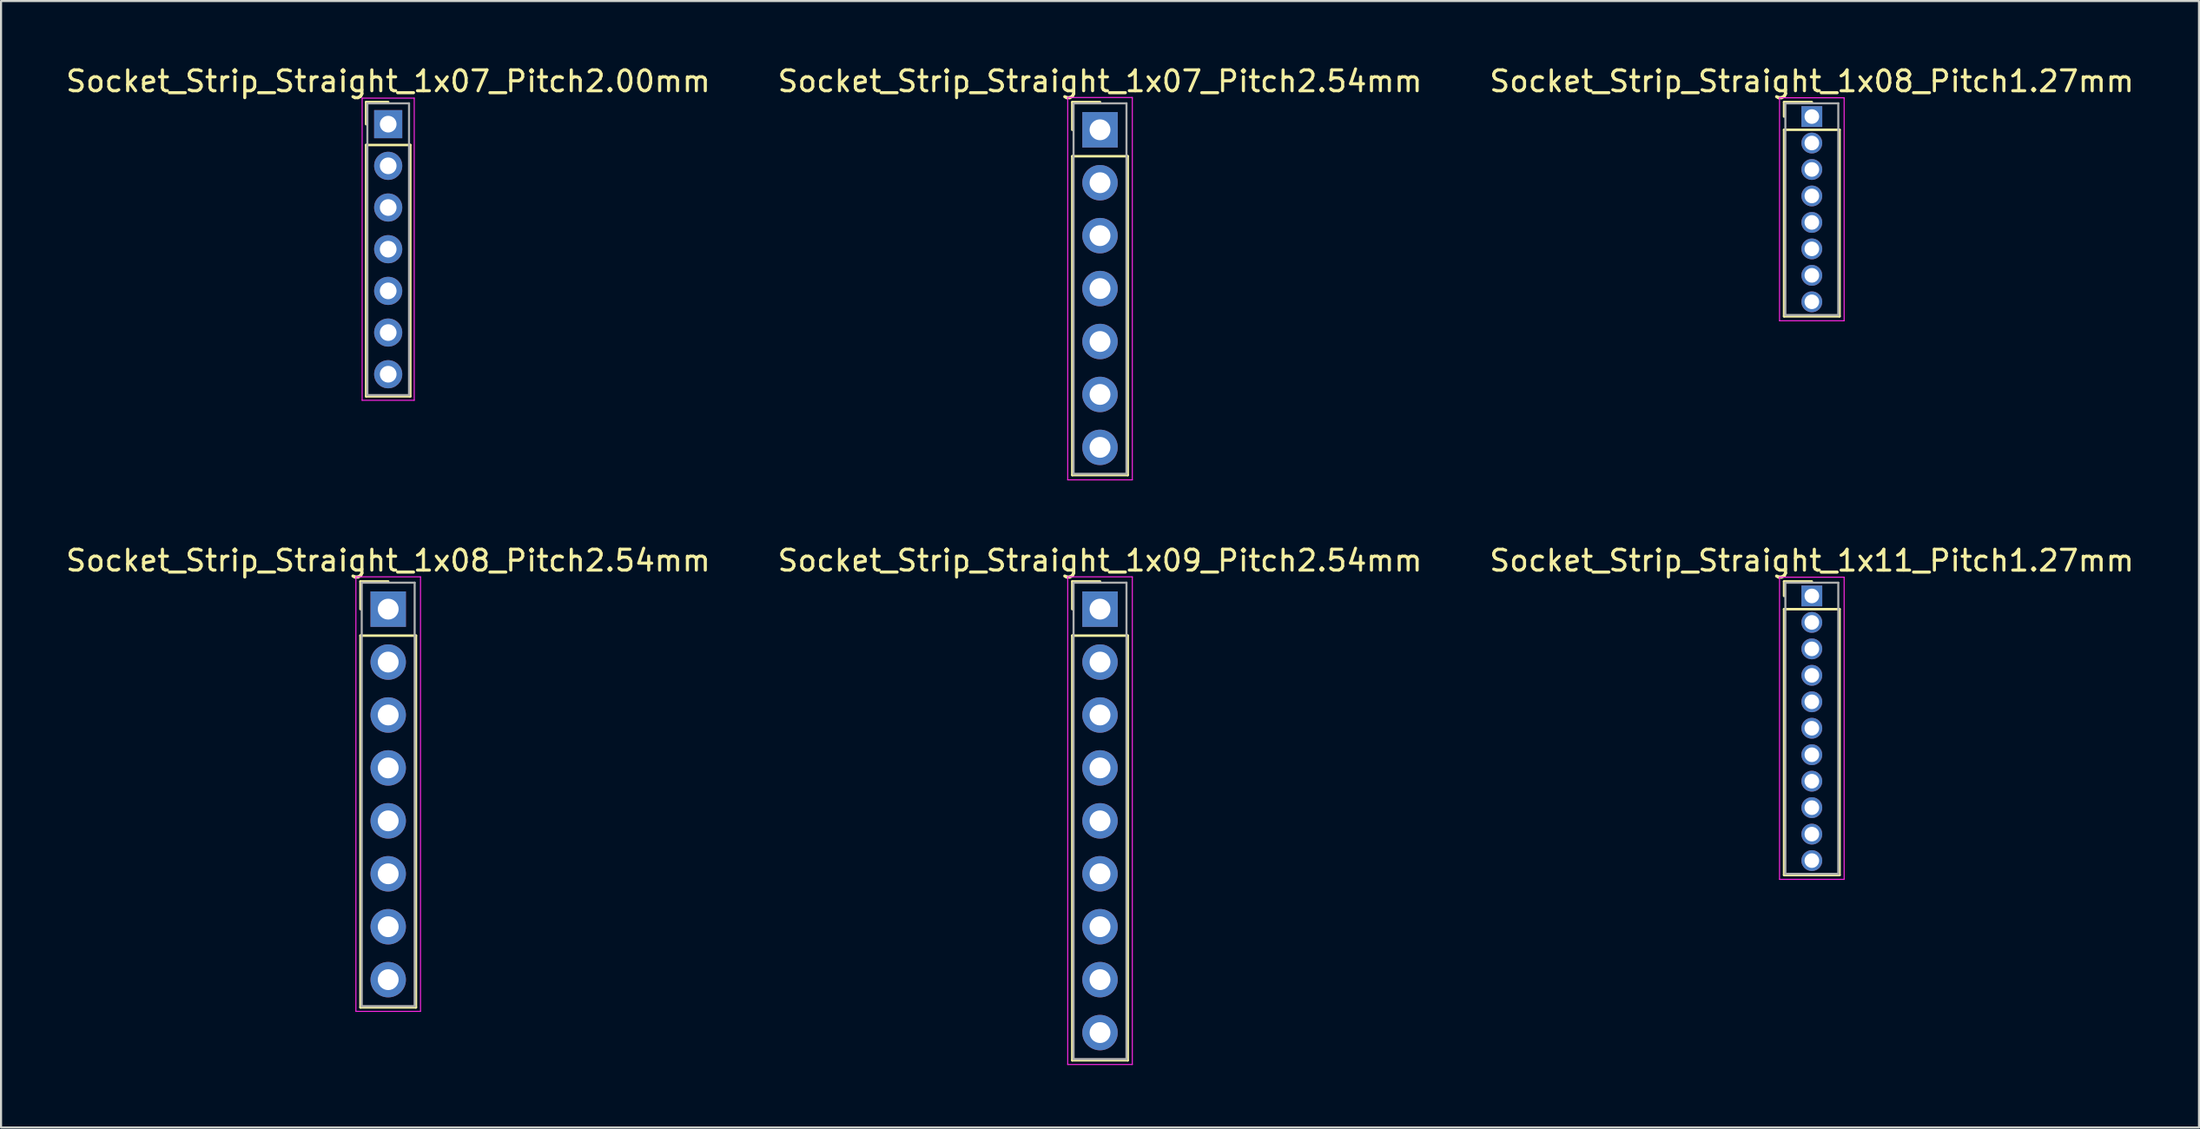
<source format=kicad_pcb>
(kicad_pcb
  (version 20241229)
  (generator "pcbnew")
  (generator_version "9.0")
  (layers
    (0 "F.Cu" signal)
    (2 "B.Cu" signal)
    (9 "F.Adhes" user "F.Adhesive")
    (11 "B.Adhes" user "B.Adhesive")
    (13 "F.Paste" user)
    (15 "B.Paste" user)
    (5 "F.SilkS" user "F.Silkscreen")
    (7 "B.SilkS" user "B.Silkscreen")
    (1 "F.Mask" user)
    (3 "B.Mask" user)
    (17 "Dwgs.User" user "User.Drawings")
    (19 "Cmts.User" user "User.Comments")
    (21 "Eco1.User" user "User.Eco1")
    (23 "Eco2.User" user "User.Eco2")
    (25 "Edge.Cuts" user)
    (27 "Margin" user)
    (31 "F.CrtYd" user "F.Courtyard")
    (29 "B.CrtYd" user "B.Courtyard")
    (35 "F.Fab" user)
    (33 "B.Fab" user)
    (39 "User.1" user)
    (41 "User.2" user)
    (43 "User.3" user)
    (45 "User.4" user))
  (footprint "Socket_Strip_Straight_1x11_Pitch1.27mm"
    (layer "F.Cu")
    (at 83.887 25.547)
    (property "Reference" "Socket_Strip_Straight_1x11_Pitch1.27mm" (at 0 -1.695 0) (layer "F.SilkS") (effects (font (size 1 1) (thickness 0.15))))
    (attr through_hole)
    (fp_line (start -1.33 -0.695) (end 0 -0.695) (stroke (width 0.12) (type solid)) (layer "F.SilkS"))
    (fp_line (start -1.33 0) (end -1.33 -0.695) (stroke (width 0.12) (type solid)) (layer "F.SilkS"))
    (fp_line (start -1.33 0.635) (end -1.33 13.395) (stroke (width 0.12) (type solid)) (layer "F.SilkS"))
    (fp_line (start -1.33 13.395) (end 1.33 13.395) (stroke (width 0.12) (type solid)) (layer "F.SilkS"))
    (fp_line (start 1.33 0.635) (end -1.33 0.635) (stroke (width 0.12) (type solid)) (layer "F.SilkS"))
    (fp_line (start 1.33 13.395) (end 1.33 0.635) (stroke (width 0.12) (type solid)) (layer "F.SilkS"))
    (fp_line (start -1.55 -0.9) (end -1.55 13.6) (stroke (width 0.05) (type solid)) (layer "F.CrtYd"))
    (fp_line (start -1.55 13.6) (end 1.55 13.6) (stroke (width 0.05) (type solid)) (layer "F.CrtYd"))
    (fp_line (start 1.55 -0.9) (end -1.55 -0.9) (stroke (width 0.05) (type solid)) (layer "F.CrtYd"))
    (fp_line (start 1.55 13.6) (end 1.55 -0.9) (stroke (width 0.05) (type solid)) (layer "F.CrtYd"))
    (fp_line (start -1.27 -0.635) (end -1.27 13.335) (stroke (width 0.1) (type solid)) (layer "F.Fab"))
    (fp_line (start -1.27 13.335) (end 1.27 13.335) (stroke (width 0.1) (type solid)) (layer "F.Fab"))
    (fp_line (start 1.27 -0.635) (end -1.27 -0.635) (stroke (width 0.1) (type solid)) (layer "F.Fab"))
    (fp_line (start 1.27 13.335) (end 1.27 -0.635) (stroke (width 0.1) (type solid)) (layer "F.Fab"))
    (pad "1" thru_hole rect (at 0 0) (size 1 1) (drill 0.7) (layers "*.Cu" "*.Mask"))
    (pad "2" thru_hole oval (at 0 1.27) (size 1 1) (drill 0.7) (layers "*.Cu" "*.Mask"))
    (pad "3" thru_hole oval (at 0 2.54) (size 1 1) (drill 0.7) (layers "*.Cu" "*.Mask"))
    (pad "4" thru_hole oval (at 0 3.81) (size 1 1) (drill 0.7) (layers "*.Cu" "*.Mask"))
    (pad "5" thru_hole oval (at 0 5.08) (size 1 1) (drill 0.7) (layers "*.Cu" "*.Mask"))
    (pad "6" thru_hole oval (at 0 6.35) (size 1 1) (drill 0.7) (layers "*.Cu" "*.Mask"))
    (pad "7" thru_hole oval (at 0 7.62) (size 1 1) (drill 0.7) (layers "*.Cu" "*.Mask"))
    (pad "8" thru_hole oval (at 0 8.89) (size 1 1) (drill 0.7) (layers "*.Cu" "*.Mask"))
    (pad "9" thru_hole oval (at 0 10.16) (size 1 1) (drill 0.7) (layers "*.Cu" "*.Mask"))
    (pad "10" thru_hole oval (at 0 11.43) (size 1 1) (drill 0.7) (layers "*.Cu" "*.Mask"))
    (pad "11" thru_hole oval (at 0 12.7) (size 1 1) (drill 0.7) (layers "*.Cu" "*.Mask")))
  (footprint "Socket_Strip_Straight_1x09_Pitch2.54mm"
    (layer "F.Cu")
    (at 49.732 26.181)
    (property "Reference" "Socket_Strip_Straight_1x09_Pitch2.54mm" (at 0 -2.33 0) (layer "F.SilkS") (effects (font (size 1 1) (thickness 0.15))))
    (attr through_hole)
    (fp_line (start -1.33 -1.33) (end 0 -1.33) (stroke (width 0.12) (type solid)) (layer "F.SilkS"))
    (fp_line (start -1.33 0) (end -1.33 -1.33) (stroke (width 0.12) (type solid)) (layer "F.SilkS"))
    (fp_line (start -1.33 1.27) (end -1.33 21.65) (stroke (width 0.12) (type solid)) (layer "F.SilkS"))
    (fp_line (start -1.33 21.65) (end 1.33 21.65) (stroke (width 0.12) (type solid)) (layer "F.SilkS"))
    (fp_line (start 1.33 1.27) (end -1.33 1.27) (stroke (width 0.12) (type solid)) (layer "F.SilkS"))
    (fp_line (start 1.33 21.65) (end 1.33 1.27) (stroke (width 0.12) (type solid)) (layer "F.SilkS"))
    (fp_line (start -1.55 -1.55) (end -1.55 21.85) (stroke (width 0.05) (type solid)) (layer "F.CrtYd"))
    (fp_line (start -1.55 21.85) (end 1.55 21.85) (stroke (width 0.05) (type solid)) (layer "F.CrtYd"))
    (fp_line (start 1.55 -1.55) (end -1.55 -1.55) (stroke (width 0.05) (type solid)) (layer "F.CrtYd"))
    (fp_line (start 1.55 21.85) (end 1.55 -1.55) (stroke (width 0.05) (type solid)) (layer "F.CrtYd"))
    (fp_line (start -1.27 -1.27) (end -1.27 21.59) (stroke (width 0.1) (type solid)) (layer "F.Fab"))
    (fp_line (start -1.27 21.59) (end 1.27 21.59) (stroke (width 0.1) (type solid)) (layer "F.Fab"))
    (fp_line (start 1.27 -1.27) (end -1.27 -1.27) (stroke (width 0.1) (type solid)) (layer "F.Fab"))
    (fp_line (start 1.27 21.59) (end 1.27 -1.27) (stroke (width 0.1) (type solid)) (layer "F.Fab"))
    (pad "1" thru_hole rect (at 0 0) (size 1.7 1.7) (drill 1) (layers "*.Cu" "*.Mask"))
    (pad "2" thru_hole oval (at 0 2.54) (size 1.7 1.7) (drill 1) (layers "*.Cu" "*.Mask"))
    (pad "3" thru_hole oval (at 0 5.08) (size 1.7 1.7) (drill 1) (layers "*.Cu" "*.Mask"))
    (pad "4" thru_hole oval (at 0 7.62) (size 1.7 1.7) (drill 1) (layers "*.Cu" "*.Mask"))
    (pad "5" thru_hole oval (at 0 10.16) (size 1.7 1.7) (drill 1) (layers "*.Cu" "*.Mask"))
    (pad "6" thru_hole oval (at 0 12.7) (size 1.7 1.7) (drill 1) (layers "*.Cu" "*.Mask"))
    (pad "7" thru_hole oval (at 0 15.24) (size 1.7 1.7) (drill 1) (layers "*.Cu" "*.Mask"))
    (pad "8" thru_hole oval (at 0 17.78) (size 1.7 1.7) (drill 1) (layers "*.Cu" "*.Mask"))
    (pad "9" thru_hole oval (at 0 20.32) (size 1.7 1.7) (drill 1) (layers "*.Cu" "*.Mask")))
  (footprint "Socket_Strip_Straight_1x07_Pitch2.54mm"
    (layer "F.Cu")
    (at 49.732 3.178)
    (property "Reference" "Socket_Strip_Straight_1x07_Pitch2.54mm" (at 0 -2.33 0) (layer "F.SilkS") (effects (font (size 1 1) (thickness 0.15))))
    (attr through_hole)
    (fp_line (start -1.33 -1.33) (end 0 -1.33) (stroke (width 0.12) (type solid)) (layer "F.SilkS"))
    (fp_line (start -1.33 0) (end -1.33 -1.33) (stroke (width 0.12) (type solid)) (layer "F.SilkS"))
    (fp_line (start -1.33 1.27) (end -1.33 16.57) (stroke (width 0.12) (type solid)) (layer "F.SilkS"))
    (fp_line (start -1.33 16.57) (end 1.33 16.57) (stroke (width 0.12) (type solid)) (layer "F.SilkS"))
    (fp_line (start 1.33 1.27) (end -1.33 1.27) (stroke (width 0.12) (type solid)) (layer "F.SilkS"))
    (fp_line (start 1.33 16.57) (end 1.33 1.27) (stroke (width 0.12) (type solid)) (layer "F.SilkS"))
    (fp_line (start -1.55 -1.55) (end -1.55 16.8) (stroke (width 0.05) (type solid)) (layer "F.CrtYd"))
    (fp_line (start -1.55 16.8) (end 1.55 16.8) (stroke (width 0.05) (type solid)) (layer "F.CrtYd"))
    (fp_line (start 1.55 -1.55) (end -1.55 -1.55) (stroke (width 0.05) (type solid)) (layer "F.CrtYd"))
    (fp_line (start 1.55 16.8) (end 1.55 -1.55) (stroke (width 0.05) (type solid)) (layer "F.CrtYd"))
    (fp_line (start -1.27 -1.27) (end -1.27 16.51) (stroke (width 0.1) (type solid)) (layer "F.Fab"))
    (fp_line (start -1.27 16.51) (end 1.27 16.51) (stroke (width 0.1) (type solid)) (layer "F.Fab"))
    (fp_line (start 1.27 -1.27) (end -1.27 -1.27) (stroke (width 0.1) (type solid)) (layer "F.Fab"))
    (fp_line (start 1.27 16.51) (end 1.27 -1.27) (stroke (width 0.1) (type solid)) (layer "F.Fab"))
    (pad "1" thru_hole rect (at 0 0) (size 1.7 1.7) (drill 1) (layers "*.Cu" "*.Mask"))
    (pad "2" thru_hole oval (at 0 2.54) (size 1.7 1.7) (drill 1) (layers "*.Cu" "*.Mask"))
    (pad "3" thru_hole oval (at 0 5.08) (size 1.7 1.7) (drill 1) (layers "*.Cu" "*.Mask"))
    (pad "4" thru_hole oval (at 0 7.62) (size 1.7 1.7) (drill 1) (layers "*.Cu" "*.Mask"))
    (pad "5" thru_hole oval (at 0 10.16) (size 1.7 1.7) (drill 1) (layers "*.Cu" "*.Mask"))
    (pad "6" thru_hole oval (at 0 12.7) (size 1.7 1.7) (drill 1) (layers "*.Cu" "*.Mask"))
    (pad "7" thru_hole oval (at 0 15.24) (size 1.7 1.7) (drill 1) (layers "*.Cu" "*.Mask")))
  (footprint "Socket_Strip_Straight_1x07_Pitch2.00mm"
    (layer "F.Cu")
    (at 15.577 2.908)
    (property "Reference" "Socket_Strip_Straight_1x07_Pitch2.00mm" (at 0 -2.06 0) (layer "F.SilkS") (effects (font (size 1 1) (thickness 0.15))))
    (attr through_hole)
    (fp_line (start -1.06 -1.06) (end 0 -1.06) (stroke (width 0.12) (type solid)) (layer "F.SilkS"))
    (fp_line (start -1.06 0) (end -1.06 -1.06) (stroke (width 0.12) (type solid)) (layer "F.SilkS"))
    (fp_line (start -1.06 1) (end -1.06 13.06) (stroke (width 0.12) (type solid)) (layer "F.SilkS"))
    (fp_line (start -1.06 13.06) (end 1.06 13.06) (stroke (width 0.12) (type solid)) (layer "F.SilkS"))
    (fp_line (start 1.06 1) (end -1.06 1) (stroke (width 0.12) (type solid)) (layer "F.SilkS"))
    (fp_line (start 1.06 13.06) (end 1.06 1) (stroke (width 0.12) (type solid)) (layer "F.SilkS"))
    (fp_line (start -1.25 -1.25) (end -1.25 13.25) (stroke (width 0.05) (type solid)) (layer "F.CrtYd"))
    (fp_line (start -1.25 13.25) (end 1.25 13.25) (stroke (width 0.05) (type solid)) (layer "F.CrtYd"))
    (fp_line (start 1.25 -1.25) (end -1.25 -1.25) (stroke (width 0.05) (type solid)) (layer "F.CrtYd"))
    (fp_line (start 1.25 13.25) (end 1.25 -1.25) (stroke (width 0.05) (type solid)) (layer "F.CrtYd"))
    (fp_line (start -1 -1) (end -1 13) (stroke (width 0.1) (type solid)) (layer "F.Fab"))
    (fp_line (start -1 13) (end 1 13) (stroke (width 0.1) (type solid)) (layer "F.Fab"))
    (fp_line (start 1 -1) (end -1 -1) (stroke (width 0.1) (type solid)) (layer "F.Fab"))
    (fp_line (start 1 13) (end 1 -1) (stroke (width 0.1) (type solid)) (layer "F.Fab"))
    (pad "1" thru_hole rect (at 0 0) (size 1.35 1.35) (drill 0.8) (layers "*.Cu" "*.Mask"))
    (pad "2" thru_hole oval (at 0 2) (size 1.35 1.35) (drill 0.8) (layers "*.Cu" "*.Mask"))
    (pad "3" thru_hole oval (at 0 4) (size 1.35 1.35) (drill 0.8) (layers "*.Cu" "*.Mask"))
    (pad "4" thru_hole oval (at 0 6) (size 1.35 1.35) (drill 0.8) (layers "*.Cu" "*.Mask"))
    (pad "5" thru_hole oval (at 0 8) (size 1.35 1.35) (drill 0.8) (layers "*.Cu" "*.Mask"))
    (pad "6" thru_hole oval (at 0 10) (size 1.35 1.35) (drill 0.8) (layers "*.Cu" "*.Mask"))
    (pad "7" thru_hole oval (at 0 12) (size 1.35 1.35) (drill 0.8) (layers "*.Cu" "*.Mask")))
  (footprint "Socket_Strip_Straight_1x08_Pitch1.27mm"
    (layer "F.Cu")
    (at 83.887 2.543)
    (property "Reference" "Socket_Strip_Straight_1x08_Pitch1.27mm" (at 0 -1.695 0) (layer "F.SilkS") (effects (font (size 1 1) (thickness 0.15))))
    (attr through_hole)
    (fp_line (start -1.33 -0.695) (end 0 -0.695) (stroke (width 0.12) (type solid)) (layer "F.SilkS"))
    (fp_line (start -1.33 0) (end -1.33 -0.695) (stroke (width 0.12) (type solid)) (layer "F.SilkS"))
    (fp_line (start -1.33 0.635) (end -1.33 9.585) (stroke (width 0.12) (type solid)) (layer "F.SilkS"))
    (fp_line (start -1.33 9.585) (end 1.33 9.585) (stroke (width 0.12) (type solid)) (layer "F.SilkS"))
    (fp_line (start 1.33 0.635) (end -1.33 0.635) (stroke (width 0.12) (type solid)) (layer "F.SilkS"))
    (fp_line (start 1.33 9.585) (end 1.33 0.635) (stroke (width 0.12) (type solid)) (layer "F.SilkS"))
    (fp_line (start -1.55 -0.9) (end -1.55 9.8) (stroke (width 0.05) (type solid)) (layer "F.CrtYd"))
    (fp_line (start -1.55 9.8) (end 1.55 9.8) (stroke (width 0.05) (type solid)) (layer "F.CrtYd"))
    (fp_line (start 1.55 -0.9) (end -1.55 -0.9) (stroke (width 0.05) (type solid)) (layer "F.CrtYd"))
    (fp_line (start 1.55 9.8) (end 1.55 -0.9) (stroke (width 0.05) (type solid)) (layer "F.CrtYd"))
    (fp_line (start -1.27 -0.635) (end -1.27 9.525) (stroke (width 0.1) (type solid)) (layer "F.Fab"))
    (fp_line (start -1.27 9.525) (end 1.27 9.525) (stroke (width 0.1) (type solid)) (layer "F.Fab"))
    (fp_line (start 1.27 -0.635) (end -1.27 -0.635) (stroke (width 0.1) (type solid)) (layer "F.Fab"))
    (fp_line (start 1.27 9.525) (end 1.27 -0.635) (stroke (width 0.1) (type solid)) (layer "F.Fab"))
    (pad "1" thru_hole rect (at 0 0) (size 1 1) (drill 0.7) (layers "*.Cu" "*.Mask"))
    (pad "2" thru_hole oval (at 0 1.27) (size 1 1) (drill 0.7) (layers "*.Cu" "*.Mask"))
    (pad "3" thru_hole oval (at 0 2.54) (size 1 1) (drill 0.7) (layers "*.Cu" "*.Mask"))
    (pad "4" thru_hole oval (at 0 3.81) (size 1 1) (drill 0.7) (layers "*.Cu" "*.Mask"))
    (pad "5" thru_hole oval (at 0 5.08) (size 1 1) (drill 0.7) (layers "*.Cu" "*.Mask"))
    (pad "6" thru_hole oval (at 0 6.35) (size 1 1) (drill 0.7) (layers "*.Cu" "*.Mask"))
    (pad "7" thru_hole oval (at 0 7.62) (size 1 1) (drill 0.7) (layers "*.Cu" "*.Mask"))
    (pad "8" thru_hole oval (at 0 8.89) (size 1 1) (drill 0.7) (layers "*.Cu" "*.Mask")))
  (footprint "Socket_Strip_Straight_1x08_Pitch2.54mm"
    (layer "F.Cu")
    (at 15.577 26.181)
    (property "Reference" "Socket_Strip_Straight_1x08_Pitch2.54mm" (at 0 -2.33 0) (layer "F.SilkS") (effects (font (size 1 1) (thickness 0.15))))
    (attr through_hole)
    (fp_line (start -1.33 -1.33) (end 0 -1.33) (stroke (width 0.12) (type solid)) (layer "F.SilkS"))
    (fp_line (start -1.33 0) (end -1.33 -1.33) (stroke (width 0.12) (type solid)) (layer "F.SilkS"))
    (fp_line (start -1.33 1.27) (end -1.33 19.11) (stroke (width 0.12) (type solid)) (layer "F.SilkS"))
    (fp_line (start -1.33 19.11) (end 1.33 19.11) (stroke (width 0.12) (type solid)) (layer "F.SilkS"))
    (fp_line (start 1.33 1.27) (end -1.33 1.27) (stroke (width 0.12) (type solid)) (layer "F.SilkS"))
    (fp_line (start 1.33 19.11) (end 1.33 1.27) (stroke (width 0.12) (type solid)) (layer "F.SilkS"))
    (fp_line (start -1.55 -1.55) (end -1.55 19.3) (stroke (width 0.05) (type solid)) (layer "F.CrtYd"))
    (fp_line (start -1.55 19.3) (end 1.55 19.3) (stroke (width 0.05) (type solid)) (layer "F.CrtYd"))
    (fp_line (start 1.55 -1.55) (end -1.55 -1.55) (stroke (width 0.05) (type solid)) (layer "F.CrtYd"))
    (fp_line (start 1.55 19.3) (end 1.55 -1.55) (stroke (width 0.05) (type solid)) (layer "F.CrtYd"))
    (fp_line (start -1.27 -1.27) (end -1.27 19.05) (stroke (width 0.1) (type solid)) (layer "F.Fab"))
    (fp_line (start -1.27 19.05) (end 1.27 19.05) (stroke (width 0.1) (type solid)) (layer "F.Fab"))
    (fp_line (start 1.27 -1.27) (end -1.27 -1.27) (stroke (width 0.1) (type solid)) (layer "F.Fab"))
    (fp_line (start 1.27 19.05) (end 1.27 -1.27) (stroke (width 0.1) (type solid)) (layer "F.Fab"))
    (pad "1" thru_hole rect (at 0 0) (size 1.7 1.7) (drill 1) (layers "*.Cu" "*.Mask"))
    (pad "2" thru_hole oval (at 0 2.54) (size 1.7 1.7) (drill 1) (layers "*.Cu" "*.Mask"))
    (pad "3" thru_hole oval (at 0 5.08) (size 1.7 1.7) (drill 1) (layers "*.Cu" "*.Mask"))
    (pad "4" thru_hole oval (at 0 7.62) (size 1.7 1.7) (drill 1) (layers "*.Cu" "*.Mask"))
    (pad "5" thru_hole oval (at 0 10.16) (size 1.7 1.7) (drill 1) (layers "*.Cu" "*.Mask"))
    (pad "6" thru_hole oval (at 0 12.7) (size 1.7 1.7) (drill 1) (layers "*.Cu" "*.Mask"))
    (pad "7" thru_hole oval (at 0 15.24) (size 1.7 1.7) (drill 1) (layers "*.Cu" "*.Mask"))
    (pad "8" thru_hole oval (at 0 17.78) (size 1.7 1.7) (drill 1) (layers "*.Cu" "*.Mask")))
  (gr_rect
    (start -3 -3)
    (end 102.464 51.056)
    (stroke (width 0.1) (type default))
    (fill no)
    (layer "Edge.Cuts")))
</source>
